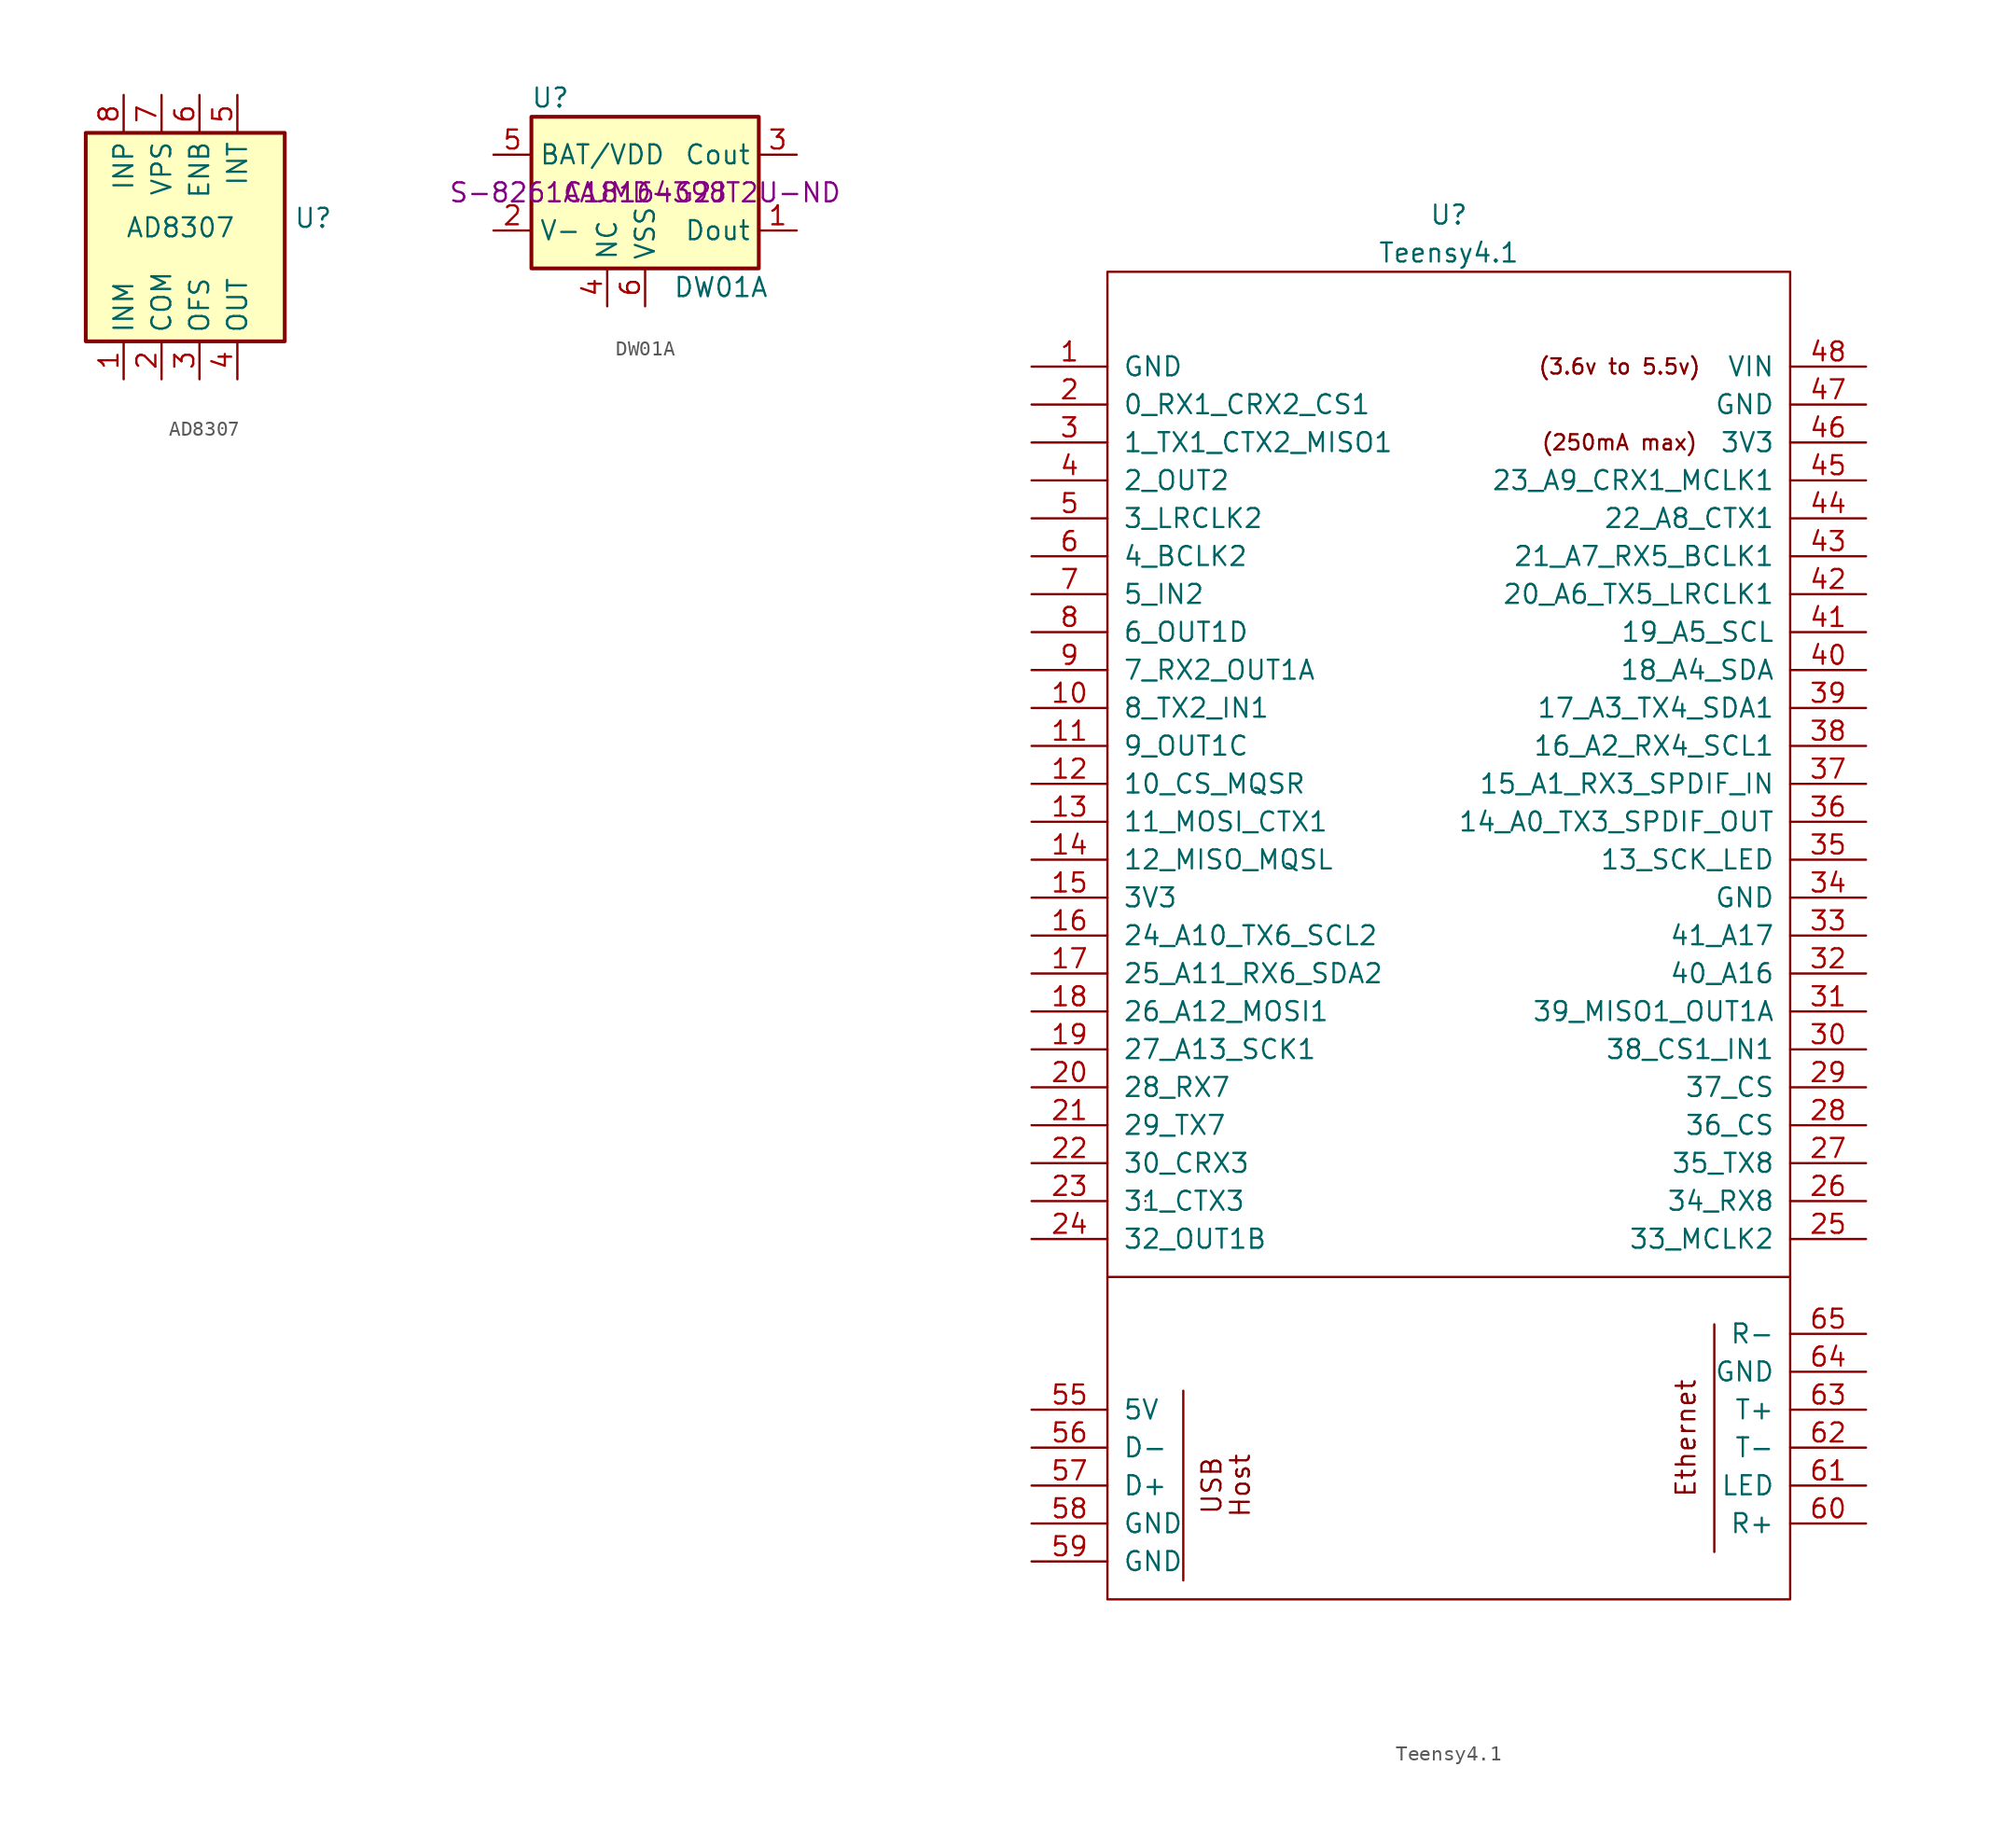
<source format=kicad_sym>
(kicad_symbol_lib
  (version 20231120)
  (generator "kicad_symbol_editor")
  (generator_version "8.0")
  (symbol "AD8307"
    (property "Reference" "U"
      (at 8.89 0.635 0)
      (effects (font (size 1.27 1.27))))
    (property "Value" "AD8307"
      (at 0 0 0)
      (effects (font (size 1.27 1.27))))
    (symbol "AD8307_0_1"
      (rectangle (start -6.35 6.35) (end 6.985 -7.62) (stroke (width 0.254) (type default)) (fill (type background))))
    (symbol "AD8307_1_1"
      (pin input line (at -3.81 -10.16 90) (length 2.54) (name "INM" (effects (font (size 1.27 1.27)))) (number "1" (effects (font (size 1.27 1.27)))))
      (pin input line (at -1.27 -10.16 90) (length 2.54) (name "COM" (effects (font (size 1.27 1.27)))) (number "2" (effects (font (size 1.27 1.27)))))
      (pin input line (at 1.27 -10.16 90) (length 2.54) (name "OFS" (effects (font (size 1.27 1.27)))) (number "3" (effects (font (size 1.27 1.27)))))
      (pin output line (at 3.81 -10.16 90) (length 2.54) (name "OUT" (effects (font (size 1.27 1.27)))) (number "4" (effects (font (size 1.27 1.27)))))
      (pin input line (at 3.81 8.89 270) (length 2.54) (name "INT" (effects (font (size 1.27 1.27)))) (number "5" (effects (font (size 1.27 1.27)))))
      (pin input line (at 1.27 8.89 270) (length 2.54) (name "ENB" (effects (font (size 1.27 1.27)))) (number "6" (effects (font (size 1.27 1.27)))))
      (pin power_in line (at -1.27 8.89 270) (length 2.54) (name "VPS" (effects (font (size 1.27 1.27)))) (number "7" (effects (font (size 1.27 1.27)))))
      (pin input line (at -3.81 8.89 270) (length 2.54) (name "INP" (effects (font (size 1.27 1.27)))) (number "8" (effects (font (size 1.27 1.27)))))))
  (symbol "DW01A"
    (property "Reference" "U"
      (at -6.35 6.35 0)
      (effects (font (size 1.27 1.27))))
    (property "Value" "DW01A"
      (at 5.08 -6.35 0)
      (effects (font (size 1.27 1.27))))
    (property "DigiKey" "S-8261AAJMD-G2JT2U-ND"
      (at 0 0 0)
      (effects (font (size 1.27 1.27))))
    (property "JLCPCB" "C18164398"
      (at 0 0 0)
      (effects (font (size 1.27 1.27))))
    (symbol "DW01A_0_1"
      (rectangle (start -7.62 5.08) (end 7.62 -5.08) (stroke (width 0.254) (type default)) (fill (type background))))
    (symbol "DW01A_1_1"
      (pin output line (at 10.16 -2.54 180) (length 2.54) (name "Dout" (effects (font (size 1.27 1.27)))) (number "1" (effects (font (size 1.27 1.27)))))
      (pin no_connect line (at 7.62 0 180) (length 2.54) hide (name "NC" (effects (font (size 1.27 1.27)))) (number "1" (effects (font (size 1.27 1.27)))))
      (pin input line (at -10.16 -2.54 0) (length 2.54) (name "V-" (effects (font (size 1.27 1.27)))) (number "2" (effects (font (size 1.27 1.27)))))
      (pin output line (at 10.16 2.54 180) (length 2.54) (name "Cout" (effects (font (size 1.27 1.27)))) (number "3" (effects (font (size 1.27 1.27)))))
      (pin output line (at -2.54 -7.62 90) (length 2.54) (name "NC" (effects (font (size 1.27 1.27)))) (number "4" (effects (font (size 1.27 1.27)))))
      (pin input line (at -10.16 2.54 0) (length 2.54) (name "BAT/VDD" (effects (font (size 1.27 1.27)))) (number "5" (effects (font (size 1.27 1.27)))))
      (pin power_in line (at 0 -7.62 90) (length 2.54) (name "VSS" (effects (font (size 1.27 1.27)))) (number "6" (effects (font (size 1.27 1.27)))))))
  (symbol "Teensy4.1"
    (pin_names
      (offset 1.016))
    (property "Reference" "U"
      (at 0 64.77 0)
      (effects (font (size 1.27 1.27))))
    (property "Value" "Teensy4.1"
      (at 0 62.23 0)
      (effects (font (size 1.27 1.27))))
    (symbol "Teensy4.1_0_0"
      (polyline (pts (xy -22.86 -6.35) (xy 22.86 -6.35)) (stroke (width 0) (type solid)) (fill (type none)))
      (polyline (pts (xy -17.78 -26.67) (xy -17.78 -13.97)) (stroke (width 0) (type solid)) (fill (type none)))
      (polyline (pts (xy 17.78 -9.525) (xy 17.78 -24.765)) (stroke (width 0) (type solid)) (fill (type none)))
      (text "(250mA max)" (at 11.43 49.53 0) (effects (font (size 1.016 1.016))))
      (text "(3.6v to 5.5v)" (at 11.43 54.61 0) (effects (font (size 1.016 1.016))))
      (text "Ethernet" (at 15.875 -17.145 900) (effects (font (size 1.27 1.27))))
      (text "Host" (at -13.97 -20.32 900) (effects (font (size 1.27 1.27))))
      (text "USB" (at -15.875 -20.32 900) (effects (font (size 1.27 1.27))))
      (pin bidirectional line (at -27.94 31.75 0) (length 5.08) (name "8_TX2_IN1" (effects (font (size 1.27 1.27)))) (number "10" (effects (font (size 1.27 1.27)))))
      (pin bidirectional line (at -27.94 29.21 0) (length 5.08) (name "9_OUT1C" (effects (font (size 1.27 1.27)))) (number "11" (effects (font (size 1.27 1.27)))))
      (pin bidirectional line (at -27.94 26.67 0) (length 5.08) (name "10_CS_MQSR" (effects (font (size 1.27 1.27)))) (number "12" (effects (font (size 1.27 1.27)))))
      (pin bidirectional line (at -27.94 24.13 0) (length 5.08) (name "11_MOSI_CTX1" (effects (font (size 1.27 1.27)))) (number "13" (effects (font (size 1.27 1.27)))))
      (pin bidirectional line (at -27.94 21.59 0) (length 5.08) (name "12_MISO_MQSL" (effects (font (size 1.27 1.27)))) (number "14" (effects (font (size 1.27 1.27)))))
      (pin power_in line (at -27.94 19.05 0) (length 5.08) (name "3V3" (effects (font (size 1.27 1.27)))) (number "15" (effects (font (size 1.27 1.27)))))
      (pin bidirectional line (at -27.94 16.51 0) (length 5.08) (name "24_A10_TX6_SCL2" (effects (font (size 1.27 1.27)))) (number "16" (effects (font (size 1.27 1.27)))))
      (pin bidirectional line (at -27.94 13.97 0) (length 5.08) (name "25_A11_RX6_SDA2" (effects (font (size 1.27 1.27)))) (number "17" (effects (font (size 1.27 1.27)))))
      (pin bidirectional line (at -27.94 11.43 0) (length 5.08) (name "26_A12_MOSI1" (effects (font (size 1.27 1.27)))) (number "18" (effects (font (size 1.27 1.27)))))
      (pin bidirectional line (at -27.94 8.89 0) (length 5.08) (name "27_A13_SCK1" (effects (font (size 1.27 1.27)))) (number "19" (effects (font (size 1.27 1.27)))))
      (pin bidirectional line (at -27.94 6.35 0) (length 5.08) (name "28_RX7" (effects (font (size 1.27 1.27)))) (number "20" (effects (font (size 1.27 1.27)))))
      (pin bidirectional line (at -27.94 3.81 0) (length 5.08) (name "29_TX7" (effects (font (size 1.27 1.27)))) (number "21" (effects (font (size 1.27 1.27)))))
      (pin bidirectional line (at -27.94 1.27 0) (length 5.08) (name "30_CRX3" (effects (font (size 1.27 1.27)))) (number "22" (effects (font (size 1.27 1.27)))))
      (pin bidirectional line (at -27.94 -1.27 0) (length 5.08) (name "31_CTX3" (effects (font (size 1.27 1.27)))) (number "23" (effects (font (size 1.27 1.27)))))
      (pin bidirectional line (at -27.94 -3.81 0) (length 5.08) (name "32_OUT1B" (effects (font (size 1.27 1.27)))) (number "24" (effects (font (size 1.27 1.27)))))
      (pin bidirectional line (at 27.94 -3.81 180) (length 5.08) (name "33_MCLK2" (effects (font (size 1.27 1.27)))) (number "25" (effects (font (size 1.27 1.27)))))
      (pin bidirectional line (at 27.94 -1.27 180) (length 5.08) (name "34_RX8" (effects (font (size 1.27 1.27)))) (number "26" (effects (font (size 1.27 1.27)))))
      (pin bidirectional line (at 27.94 1.27 180) (length 5.08) (name "35_TX8" (effects (font (size 1.27 1.27)))) (number "27" (effects (font (size 1.27 1.27)))))
      (pin bidirectional line (at 27.94 3.81 180) (length 5.08) (name "36_CS" (effects (font (size 1.27 1.27)))) (number "28" (effects (font (size 1.27 1.27)))))
      (pin bidirectional line (at 27.94 6.35 180) (length 5.08) (name "37_CS" (effects (font (size 1.27 1.27)))) (number "29" (effects (font (size 1.27 1.27)))))
      (pin bidirectional line (at 27.94 8.89 180) (length 5.08) (name "38_CS1_IN1" (effects (font (size 1.27 1.27)))) (number "30" (effects (font (size 1.27 1.27)))))
      (pin bidirectional line (at 27.94 11.43 180) (length 5.08) (name "39_MISO1_OUT1A" (effects (font (size 1.27 1.27)))) (number "31" (effects (font (size 1.27 1.27)))))
      (pin bidirectional line (at 27.94 13.97 180) (length 5.08) (name "40_A16" (effects (font (size 1.27 1.27)))) (number "32" (effects (font (size 1.27 1.27)))))
      (pin bidirectional line (at 27.94 16.51 180) (length 5.08) (name "41_A17" (effects (font (size 1.27 1.27)))) (number "33" (effects (font (size 1.27 1.27)))))
      (pin bidirectional line (at 27.94 21.59 180) (length 5.08) (name "13_SCK_LED" (effects (font (size 1.27 1.27)))) (number "35" (effects (font (size 1.27 1.27)))))
      (pin bidirectional line (at 27.94 24.13 180) (length 5.08) (name "14_A0_TX3_SPDIF_OUT" (effects (font (size 1.27 1.27)))) (number "36" (effects (font (size 1.27 1.27)))))
      (pin bidirectional line (at 27.94 26.67 180) (length 5.08) (name "15_A1_RX3_SPDIF_IN" (effects (font (size 1.27 1.27)))) (number "37" (effects (font (size 1.27 1.27)))))
      (pin bidirectional line (at 27.94 29.21 180) (length 5.08) (name "16_A2_RX4_SCL1" (effects (font (size 1.27 1.27)))) (number "38" (effects (font (size 1.27 1.27)))))
      (pin bidirectional line (at 27.94 31.75 180) (length 5.08) (name "17_A3_TX4_SDA1" (effects (font (size 1.27 1.27)))) (number "39" (effects (font (size 1.27 1.27)))))
      (pin bidirectional line (at 27.94 34.29 180) (length 5.08) (name "18_A4_SDA" (effects (font (size 1.27 1.27)))) (number "40" (effects (font (size 1.27 1.27)))))
      (pin bidirectional line (at 27.94 36.83 180) (length 5.08) (name "19_A5_SCL" (effects (font (size 1.27 1.27)))) (number "41" (effects (font (size 1.27 1.27)))))
      (pin bidirectional line (at 27.94 39.37 180) (length 5.08) (name "20_A6_TX5_LRCLK1" (effects (font (size 1.27 1.27)))) (number "42" (effects (font (size 1.27 1.27)))))
      (pin bidirectional line (at 27.94 41.91 180) (length 5.08) (name "21_A7_RX5_BCLK1" (effects (font (size 1.27 1.27)))) (number "43" (effects (font (size 1.27 1.27)))))
      (pin bidirectional line (at 27.94 44.45 180) (length 5.08) (name "22_A8_CTX1" (effects (font (size 1.27 1.27)))) (number "44" (effects (font (size 1.27 1.27)))))
      (pin bidirectional line (at 27.94 46.99 180) (length 5.08) (name "23_A9_CRX1_MCLK1" (effects (font (size 1.27 1.27)))) (number "45" (effects (font (size 1.27 1.27)))))
      (pin output line (at 27.94 49.53 180) (length 5.08) (name "3V3" (effects (font (size 1.27 1.27)))) (number "46" (effects (font (size 1.27 1.27)))))
      (pin output line (at 27.94 52.07 180) (length 5.08) (name "GND" (effects (font (size 1.27 1.27)))) (number "47" (effects (font (size 1.27 1.27)))))
      (pin power_in line (at 27.94 54.61 180) (length 5.08) (name "VIN" (effects (font (size 1.27 1.27)))) (number "48" (effects (font (size 1.27 1.27)))))
      (pin bidirectional line (at -27.94 44.45 0) (length 5.08) (name "3_LRCLK2" (effects (font (size 1.27 1.27)))) (number "5" (effects (font (size 1.27 1.27)))))
      (pin power_out line (at -27.94 -15.24 0) (length 5.08) (name "5V" (effects (font (size 1.27 1.27)))) (number "55" (effects (font (size 1.27 1.27)))))
      (pin bidirectional line (at -27.94 -17.78 0) (length 5.08) (name "D-" (effects (font (size 1.27 1.27)))) (number "56" (effects (font (size 1.27 1.27)))))
      (pin bidirectional line (at -27.94 -20.32 0) (length 5.08) (name "D+" (effects (font (size 1.27 1.27)))) (number "57" (effects (font (size 1.27 1.27)))))
      (pin power_in line (at -27.94 -22.86 0) (length 5.08) (name "GND" (effects (font (size 1.27 1.27)))) (number "58" (effects (font (size 1.27 1.27)))))
      (pin power_in line (at -27.94 -25.4 0) (length 5.08) (name "GND" (effects (font (size 1.27 1.27)))) (number "59" (effects (font (size 1.27 1.27)))))
      (pin bidirectional line (at -27.94 41.91 0) (length 5.08) (name "4_BCLK2" (effects (font (size 1.27 1.27)))) (number "6" (effects (font (size 1.27 1.27)))))
      (pin bidirectional line (at 27.94 -22.86 180) (length 5.08) (name "R+" (effects (font (size 1.27 1.27)))) (number "60" (effects (font (size 1.27 1.27)))))
      (pin bidirectional line (at 27.94 -20.32 180) (length 5.08) (name "LED" (effects (font (size 1.27 1.27)))) (number "61" (effects (font (size 1.27 1.27)))))
      (pin bidirectional line (at 27.94 -17.78 180) (length 5.08) (name "T-" (effects (font (size 1.27 1.27)))) (number "62" (effects (font (size 1.27 1.27)))))
      (pin bidirectional line (at 27.94 -15.24 180) (length 5.08) (name "T+" (effects (font (size 1.27 1.27)))) (number "63" (effects (font (size 1.27 1.27)))))
      (pin power_in line (at 27.94 -12.7 180) (length 5.08) (name "GND" (effects (font (size 1.27 1.27)))) (number "64" (effects (font (size 1.27 1.27)))))
      (pin bidirectional line (at 27.94 -10.16 180) (length 5.08) (name "R-" (effects (font (size 1.27 1.27)))) (number "65" (effects (font (size 1.27 1.27)))))
      (pin bidirectional line (at -27.94 39.37 0) (length 5.08) (name "5_IN2" (effects (font (size 1.27 1.27)))) (number "7" (effects (font (size 1.27 1.27)))))
      (pin bidirectional line (at -27.94 36.83 0) (length 5.08) (name "6_OUT1D" (effects (font (size 1.27 1.27)))) (number "8" (effects (font (size 1.27 1.27)))))
      (pin bidirectional line (at -27.94 34.29 0) (length 5.08) (name "7_RX2_OUT1A" (effects (font (size 1.27 1.27)))) (number "9" (effects (font (size 1.27 1.27))))))
    (symbol "Teensy4.1_0_1"
      (rectangle (start -22.86 60.96) (end 22.86 -27.94) (stroke (width 0) (type solid)) (fill (type none)))
      (rectangle (start -20.32 -1.27) (end -20.32 -1.27) (stroke (width 0) (type solid)) (fill (type none))))
    (symbol "Teensy4.1_1_1"
      (pin power_in line (at -27.94 54.61 0) (length 5.08) (name "GND" (effects (font (size 1.27 1.27)))) (number "1" (effects (font (size 1.27 1.27)))))
      (pin bidirectional line (at -27.94 52.07 0) (length 5.08) (name "0_RX1_CRX2_CS1" (effects (font (size 1.27 1.27)))) (number "2" (effects (font (size 1.27 1.27)))))
      (pin bidirectional line (at -27.94 49.53 0) (length 5.08) (name "1_TX1_CTX2_MISO1" (effects (font (size 1.27 1.27)))) (number "3" (effects (font (size 1.27 1.27)))))
      (pin power_in line (at 27.94 19.05 180) (length 5.08) (name "GND" (effects (font (size 1.27 1.27)))) (number "34" (effects (font (size 1.27 1.27)))))
      (pin bidirectional line (at -27.94 46.99 0) (length 5.08) (name "2_OUT2" (effects (font (size 1.27 1.27)))) (number "4" (effects (font (size 1.27 1.27))))))))
</source>
